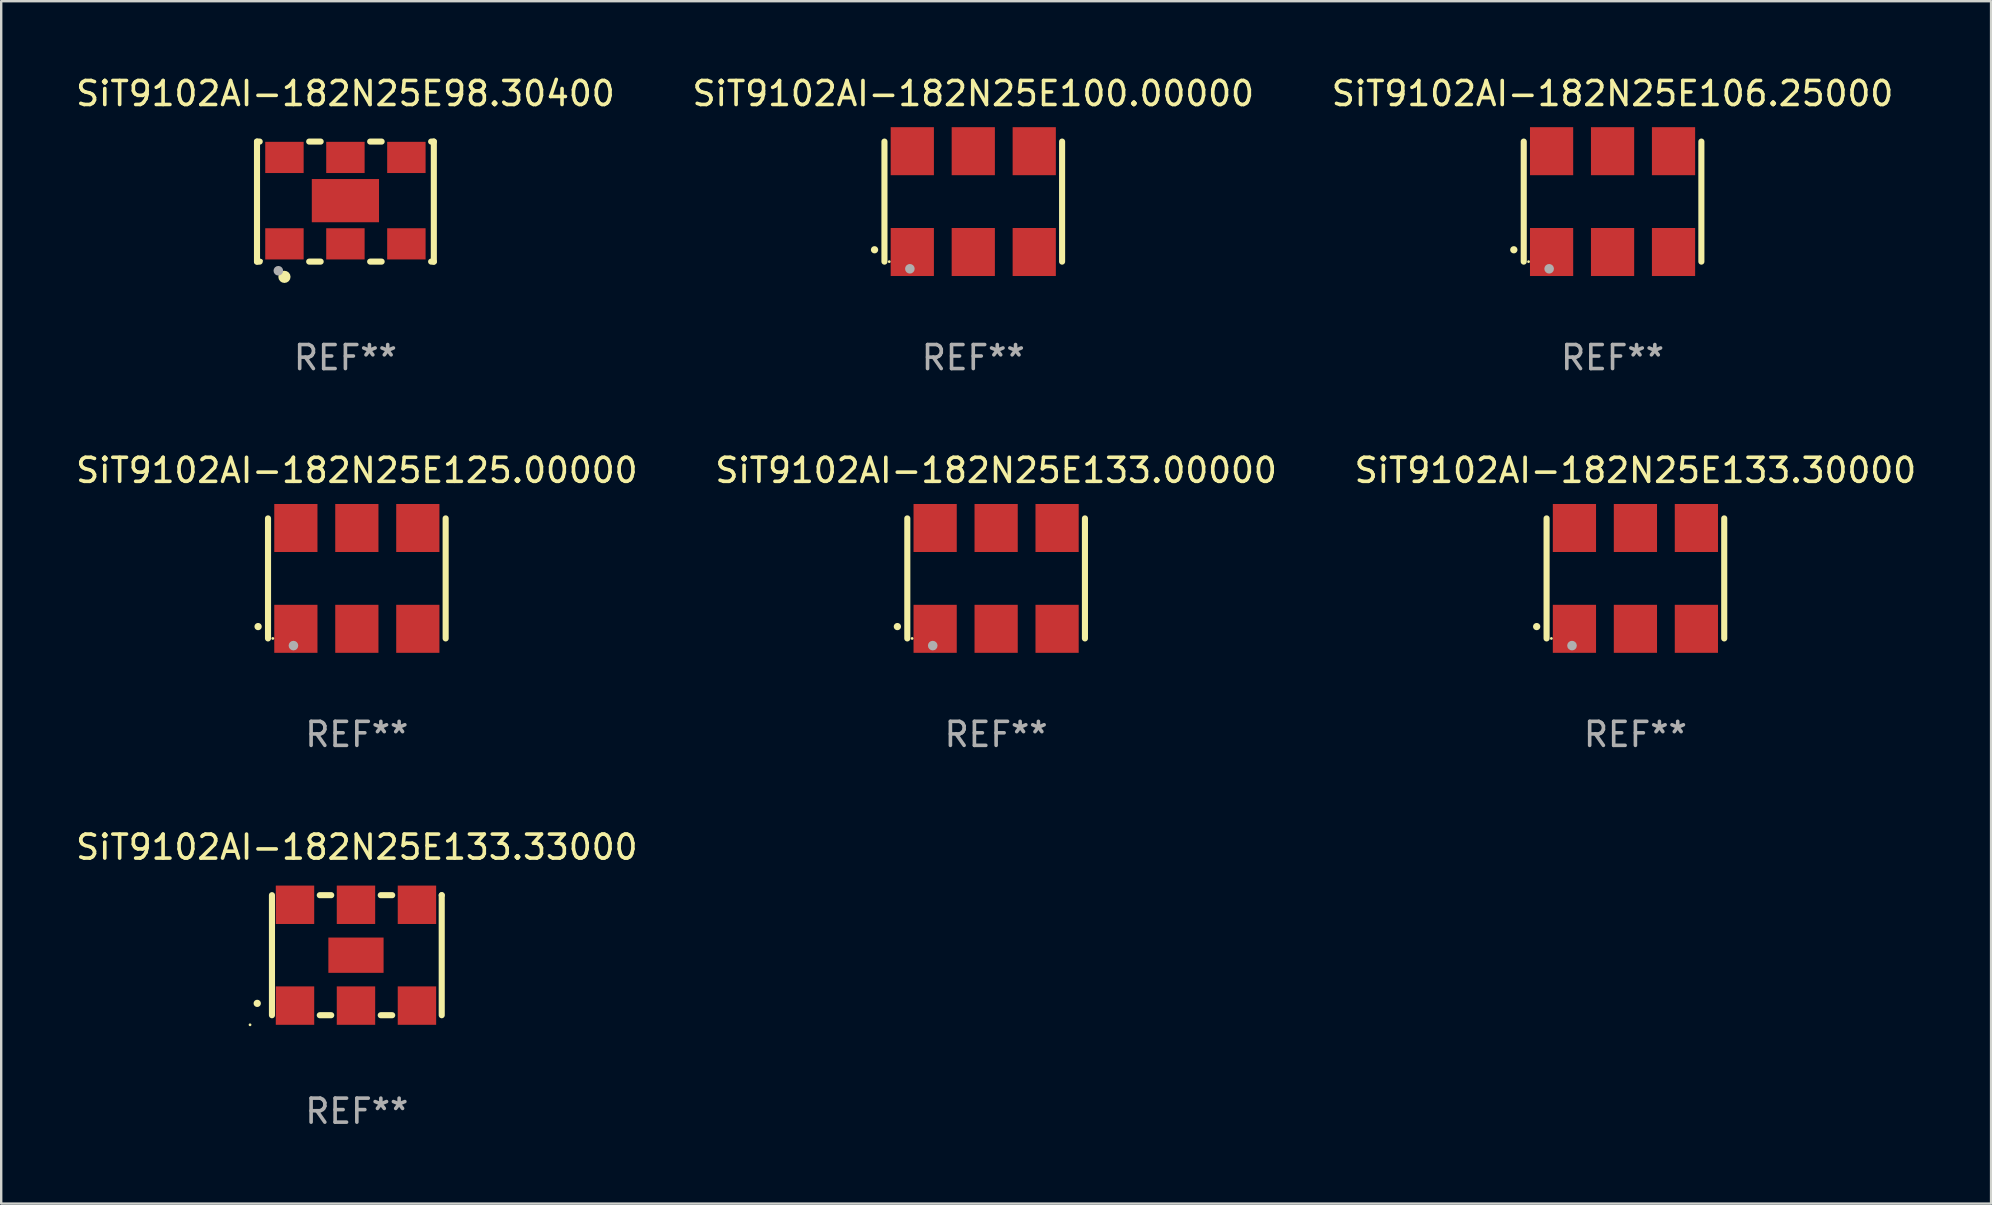
<source format=kicad_pcb>
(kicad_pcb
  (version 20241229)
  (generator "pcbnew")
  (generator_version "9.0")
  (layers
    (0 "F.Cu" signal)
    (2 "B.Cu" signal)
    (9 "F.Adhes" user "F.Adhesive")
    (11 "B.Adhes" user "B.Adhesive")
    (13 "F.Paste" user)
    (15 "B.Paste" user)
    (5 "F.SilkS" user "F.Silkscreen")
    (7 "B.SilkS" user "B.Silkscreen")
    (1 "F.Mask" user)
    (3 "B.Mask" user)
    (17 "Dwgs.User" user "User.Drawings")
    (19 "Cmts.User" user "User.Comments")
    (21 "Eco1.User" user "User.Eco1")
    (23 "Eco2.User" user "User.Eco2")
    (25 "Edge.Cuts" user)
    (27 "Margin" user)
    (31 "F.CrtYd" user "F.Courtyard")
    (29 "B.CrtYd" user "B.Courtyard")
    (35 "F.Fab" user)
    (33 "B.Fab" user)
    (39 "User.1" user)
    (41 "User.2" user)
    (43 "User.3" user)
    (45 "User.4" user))
  (footprint "SiT9102AI-182N25E98.30400"
    (layer "F.Cu")
    (at 11.339 5.348)
    (property "Reference" "SiT9102AI-182N25E98.30400" (at 0 -4.5 0) (layer "F.SilkS") (effects (font (size 1 1) (thickness 0.15))))
    (attr through_hole)
    (fp_line (start -3.683 -2.5) (end -3.571 -2.5) (stroke (width 0.254) (type solid)) (layer "F.SilkS"))
    (fp_line (start -3.683 2.5) (end -3.683 -2.5) (stroke (width 0.254) (type solid)) (layer "F.SilkS"))
    (fp_line (start -3.683 2.5) (end -3.571 2.5) (stroke (width 0.254) (type solid)) (layer "F.SilkS"))
    (fp_line (start -1.509 -2.5) (end -1.031 -2.5) (stroke (width 0.254) (type solid)) (layer "F.SilkS"))
    (fp_line (start -1.509 2.5) (end -1.031 2.5) (stroke (width 0.254) (type solid)) (layer "F.SilkS"))
    (fp_line (start 1.031 -2.5) (end 1.509 -2.5) (stroke (width 0.254) (type solid)) (layer "F.SilkS"))
    (fp_line (start 1.031 2.5) (end 1.509 2.5) (stroke (width 0.254) (type solid)) (layer "F.SilkS"))
    (fp_line (start 3.571 -2.5) (end 3.683 -2.5) (stroke (width 0.254) (type solid)) (layer "F.SilkS"))
    (fp_line (start 3.571 2.5) (end 3.683 2.5) (stroke (width 0.254) (type solid)) (layer "F.SilkS"))
    (fp_line (start 3.683 2.5) (end 3.683 -2.5) (stroke (width 0.254) (type solid)) (layer "F.SilkS"))
    (fp_circle (center -3.5 2.46) (end -3.47 2.46) (stroke (width 0.06) (type solid)) (fill no) (layer "F.SilkS"))
    (fp_circle (center -2.54 3.135) (end -2.413 3.135) (stroke (width 0.254) (type solid)) (fill no) (layer "F.SilkS"))
    (fp_circle (center -2.794 2.881) (end -2.694 2.881) (stroke (width 0.2) (type solid)) (fill no) (layer "F.Fab"))
    (fp_text user "REF**" (at 0 6.5 0) (layer "F.Fab") (effects (font (size 1 1) (thickness 0.15))))
    (pad "1" smd rect (at -2.54 1.76) (size 1.6 1.3) (layers "F.Cu" "F.Mask" "F.Paste"))
    (pad "2" smd rect (at 0 1.76) (size 1.6 1.3) (layers "F.Cu" "F.Mask" "F.Paste"))
    (pad "3" smd rect (at 2.54 1.76) (size 1.6 1.3) (layers "F.Cu" "F.Mask" "F.Paste"))
    (pad "4" smd rect (at 2.54 -1.84) (size 1.6 1.3) (layers "F.Cu" "F.Mask" "F.Paste"))
    (pad "5" smd rect (at 0 -1.84) (size 1.6 1.3) (layers "F.Cu" "F.Mask" "F.Paste"))
    (pad "6" smd rect (at -2.54 -1.84) (size 1.6 1.3) (layers "F.Cu" "F.Mask" "F.Paste"))
    (pad "7" smd rect (at 0 -0.04) (size 2.8 1.8) (layers "F.Cu" "F.Mask" "F.Paste")))
  (footprint "SiT9102AI-182N25E106.25000"
    (layer "F.Cu")
    (at 64.125 5.348)
    (property "Reference" "SiT9102AI-182N25E106.25000" (at 0 -4.5 0) (layer "F.SilkS") (effects (font (size 1 1) (thickness 0.15))))
    (attr through_hole)
    (fp_line (start -3.7 -2.5) (end -3.7 2.5) (stroke (width 0.254) (type solid)) (layer "F.SilkS"))
    (fp_line (start 3.7 -2.5) (end 3.7 2.5) (stroke (width 0.254) (type solid)) (layer "F.SilkS"))
    (fp_arc (start -4.114415 2.006604) (mid -4.113145 2.006599) (end -4.111875 2.006604) (stroke (width 0.3) (type solid)) (layer "F.SilkS"))
    (fp_circle (center -3.5 2.501) (end -3.47 2.501) (stroke (width 0.06) (type solid)) (fill no) (layer "F.SilkS"))
    (fp_circle (center -2.641 2.799) (end -2.541 2.799) (stroke (width 0.2) (type solid)) (fill no) (layer "F.Fab"))
    (fp_text user "REF**" (at 0 6.5 0) (layer "F.Fab") (effects (font (size 1 1) (thickness 0.15))))
    (pad "1" smd rect (at -2.54 2.1) (size 1.8 2) (layers "F.Cu" "F.Mask" "F.Paste"))
    (pad "2" smd rect (at 0.000394 2.1) (size 1.8 2) (layers "F.Cu" "F.Mask" "F.Paste"))
    (pad "3" smd rect (at 2.54 2.1) (size 1.8 2) (layers "F.Cu" "F.Mask" "F.Paste"))
    (pad "4" smd rect (at 2.54 -2.1) (size 1.8 2) (layers "F.Cu" "F.Mask" "F.Paste"))
    (pad "5" smd rect (at 0.000394 -2.1) (size 1.8 2) (layers "F.Cu" "F.Mask" "F.Paste"))
    (pad "6" smd rect (at -2.54 -2.1) (size 1.8 2) (layers "F.Cu" "F.Mask" "F.Paste")))
  (footprint "SiT9102AI-182N25E125.00000"
    (layer "F.Cu")
    (at 11.815 21.045)
    (property "Reference" "SiT9102AI-182N25E125.00000" (at 0 -4.5 0) (layer "F.SilkS") (effects (font (size 1 1) (thickness 0.15))))
    (attr through_hole)
    (fp_line (start -3.7 -2.5) (end -3.7 2.5) (stroke (width 0.254) (type solid)) (layer "F.SilkS"))
    (fp_line (start 3.7 -2.5) (end 3.7 2.5) (stroke (width 0.254) (type solid)) (layer "F.SilkS"))
    (fp_arc (start -4.114415 2.006604) (mid -4.113145 2.006599) (end -4.111875 2.006604) (stroke (width 0.3) (type solid)) (layer "F.SilkS"))
    (fp_circle (center -3.5 2.501) (end -3.47 2.501) (stroke (width 0.06) (type solid)) (fill no) (layer "F.SilkS"))
    (fp_circle (center -2.641 2.799) (end -2.541 2.799) (stroke (width 0.2) (type solid)) (fill no) (layer "F.Fab"))
    (fp_text user "REF**" (at 0 6.5 0) (layer "F.Fab") (effects (font (size 1 1) (thickness 0.15))))
    (pad "1" smd rect (at -2.54 2.1) (size 1.8 2) (layers "F.Cu" "F.Mask" "F.Paste"))
    (pad "2" smd rect (at 0.000394 2.1) (size 1.8 2) (layers "F.Cu" "F.Mask" "F.Paste"))
    (pad "3" smd rect (at 2.54 2.1) (size 1.8 2) (layers "F.Cu" "F.Mask" "F.Paste"))
    (pad "4" smd rect (at 2.54 -2.1) (size 1.8 2) (layers "F.Cu" "F.Mask" "F.Paste"))
    (pad "5" smd rect (at 0.000394 -2.1) (size 1.8 2) (layers "F.Cu" "F.Mask" "F.Paste"))
    (pad "6" smd rect (at -2.54 -2.1) (size 1.8 2) (layers "F.Cu" "F.Mask" "F.Paste")))
  (footprint "SiT9102AI-182N25E100.00000"
    (layer "F.Cu")
    (at 37.494 5.348)
    (property "Reference" "SiT9102AI-182N25E100.00000" (at 0 -4.5 0) (layer "F.SilkS") (effects (font (size 1 1) (thickness 0.15))))
    (attr through_hole)
    (fp_line (start -3.7 -2.5) (end -3.7 2.5) (stroke (width 0.254) (type solid)) (layer "F.SilkS"))
    (fp_line (start 3.7 -2.5) (end 3.7 2.5) (stroke (width 0.254) (type solid)) (layer "F.SilkS"))
    (fp_arc (start -4.114415 2.006604) (mid -4.113145 2.006599) (end -4.111875 2.006604) (stroke (width 0.3) (type solid)) (layer "F.SilkS"))
    (fp_circle (center -3.5 2.501) (end -3.47 2.501) (stroke (width 0.06) (type solid)) (fill no) (layer "F.SilkS"))
    (fp_circle (center -2.641 2.799) (end -2.541 2.799) (stroke (width 0.2) (type solid)) (fill no) (layer "F.Fab"))
    (fp_text user "REF**" (at 0 6.5 0) (layer "F.Fab") (effects (font (size 1 1) (thickness 0.15))))
    (pad "1" smd rect (at -2.54 2.1) (size 1.8 2) (layers "F.Cu" "F.Mask" "F.Paste"))
    (pad "2" smd rect (at 0.000394 2.1) (size 1.8 2) (layers "F.Cu" "F.Mask" "F.Paste"))
    (pad "3" smd rect (at 2.54 2.1) (size 1.8 2) (layers "F.Cu" "F.Mask" "F.Paste"))
    (pad "4" smd rect (at 2.54 -2.1) (size 1.8 2) (layers "F.Cu" "F.Mask" "F.Paste"))
    (pad "5" smd rect (at 0.000394 -2.1) (size 1.8 2) (layers "F.Cu" "F.Mask" "F.Paste"))
    (pad "6" smd rect (at -2.54 -2.1) (size 1.8 2) (layers "F.Cu" "F.Mask" "F.Paste")))
  (footprint "SiT9102AI-182N25E133.33000"
    (layer "F.Cu")
    (at 11.815 36.741)
    (property "Reference" "SiT9102AI-182N25E133.33000" (at 0 -4.5 0) (layer "F.SilkS") (effects (font (size 1 1) (thickness 0.15))))
    (attr through_hole)
    (fp_line (start -3.536 -2.5) (end -3.536 2.5) (stroke (width 0.254) (type solid)) (layer "F.SilkS"))
    (fp_line (start -1.544 2.5) (end -1.067 2.5) (stroke (width 0.254) (type solid)) (layer "F.SilkS"))
    (fp_line (start -1.067 -2.5) (end -1.544 -2.5) (stroke (width 0.254) (type solid)) (layer "F.SilkS"))
    (fp_line (start 0.996 2.5) (end 1.473 2.5) (stroke (width 0.254) (type solid)) (layer "F.SilkS"))
    (fp_line (start 1.473 -2.5) (end 0.996 -2.5) (stroke (width 0.254) (type solid)) (layer "F.SilkS"))
    (fp_line (start 3.536 -2.5) (end 3.536 -2.5) (stroke (width 0.254) (type solid)) (layer "F.SilkS"))
    (fp_line (start 3.536 2.5) (end 3.536 -2.5) (stroke (width 0.254) (type solid)) (layer "F.SilkS"))
    (fp_arc (start -4.150432 2.006604) (mid -4.149162 2.006599) (end -4.147892 2.006604) (stroke (width 0.3) (type solid)) (layer "F.SilkS"))
    (fp_circle (center -4.449 2.9) (end -4.419 2.9) (stroke (width 0.06) (type solid)) (fill no) (layer "F.SilkS"))
    (fp_text user "REF**" (at 0 6.5 0) (layer "F.Fab") (effects (font (size 1 1) (thickness 0.15))))
    (pad "1" smd rect (at -2.576 2.1) (size 1.6 1.6) (layers "F.Cu" "F.Mask" "F.Paste"))
    (pad "2" smd rect (at -0.036 2.1) (size 1.6 1.6) (layers "F.Cu" "F.Mask" "F.Paste"))
    (pad "3" smd rect (at 2.504 2.1) (size 1.6 1.6) (layers "F.Cu" "F.Mask" "F.Paste"))
    (pad "4" smd rect (at 2.504 -2.1) (size 1.6 1.6) (layers "F.Cu" "F.Mask" "F.Paste"))
    (pad "5" smd rect (at -0.036 -2.1) (size 1.6 1.6) (layers "F.Cu" "F.Mask" "F.Paste"))
    (pad "6" smd rect (at -2.576 -2.1) (size 1.6 1.6) (layers "F.Cu" "F.Mask" "F.Paste"))
    (pad "7" smd rect (at -0.036 0) (size 2.3 1.47) (layers "F.Cu" "F.Mask" "F.Paste")))
  (footprint "SiT9102AI-182N25E133.30000"
    (layer "F.Cu")
    (at 65.077 21.045)
    (property "Reference" "SiT9102AI-182N25E133.30000" (at 0 -4.5 0) (layer "F.SilkS") (effects (font (size 1 1) (thickness 0.15))))
    (attr through_hole)
    (fp_line (start -3.7 -2.5) (end -3.7 2.5) (stroke (width 0.254) (type solid)) (layer "F.SilkS"))
    (fp_line (start 3.7 -2.5) (end 3.7 2.5) (stroke (width 0.254) (type solid)) (layer "F.SilkS"))
    (fp_arc (start -4.114415 2.006604) (mid -4.113145 2.006599) (end -4.111875 2.006604) (stroke (width 0.3) (type solid)) (layer "F.SilkS"))
    (fp_circle (center -3.5 2.501) (end -3.47 2.501) (stroke (width 0.06) (type solid)) (fill no) (layer "F.SilkS"))
    (fp_circle (center -2.641 2.799) (end -2.541 2.799) (stroke (width 0.2) (type solid)) (fill no) (layer "F.Fab"))
    (fp_text user "REF**" (at 0 6.5 0) (layer "F.Fab") (effects (font (size 1 1) (thickness 0.15))))
    (pad "1" smd rect (at -2.54 2.1) (size 1.8 2) (layers "F.Cu" "F.Mask" "F.Paste"))
    (pad "2" smd rect (at 0.000394 2.1) (size 1.8 2) (layers "F.Cu" "F.Mask" "F.Paste"))
    (pad "3" smd rect (at 2.54 2.1) (size 1.8 2) (layers "F.Cu" "F.Mask" "F.Paste"))
    (pad "4" smd rect (at 2.54 -2.1) (size 1.8 2) (layers "F.Cu" "F.Mask" "F.Paste"))
    (pad "5" smd rect (at 0.000394 -2.1) (size 1.8 2) (layers "F.Cu" "F.Mask" "F.Paste"))
    (pad "6" smd rect (at -2.54 -2.1) (size 1.8 2) (layers "F.Cu" "F.Mask" "F.Paste")))
  (footprint "SiT9102AI-182N25E133.00000"
    (layer "F.Cu")
    (at 38.446 21.045)
    (property "Reference" "SiT9102AI-182N25E133.00000" (at 0 -4.5 0) (layer "F.SilkS") (effects (font (size 1 1) (thickness 0.15))))
    (attr through_hole)
    (fp_line (start -3.7 -2.5) (end -3.7 2.5) (stroke (width 0.254) (type solid)) (layer "F.SilkS"))
    (fp_line (start 3.7 -2.5) (end 3.7 2.5) (stroke (width 0.254) (type solid)) (layer "F.SilkS"))
    (fp_arc (start -4.114415 2.006604) (mid -4.113145 2.006599) (end -4.111875 2.006604) (stroke (width 0.3) (type solid)) (layer "F.SilkS"))
    (fp_circle (center -3.5 2.501) (end -3.47 2.501) (stroke (width 0.06) (type solid)) (fill no) (layer "F.SilkS"))
    (fp_circle (center -2.641 2.799) (end -2.541 2.799) (stroke (width 0.2) (type solid)) (fill no) (layer "F.Fab"))
    (fp_text user "REF**" (at 0 6.5 0) (layer "F.Fab") (effects (font (size 1 1) (thickness 0.15))))
    (pad "1" smd rect (at -2.54 2.1) (size 1.8 2) (layers "F.Cu" "F.Mask" "F.Paste"))
    (pad "2" smd rect (at 0.000394 2.1) (size 1.8 2) (layers "F.Cu" "F.Mask" "F.Paste"))
    (pad "3" smd rect (at 2.54 2.1) (size 1.8 2) (layers "F.Cu" "F.Mask" "F.Paste"))
    (pad "4" smd rect (at 2.54 -2.1) (size 1.8 2) (layers "F.Cu" "F.Mask" "F.Paste"))
    (pad "5" smd rect (at 0.000394 -2.1) (size 1.8 2) (layers "F.Cu" "F.Mask" "F.Paste"))
    (pad "6" smd rect (at -2.54 -2.1) (size 1.8 2) (layers "F.Cu" "F.Mask" "F.Paste")))
  (gr_rect
    (start -3 -3)
    (end 79.893 47.09)
    (stroke (width 0.1) (type default))
    (fill no)
    (layer "Edge.Cuts")))
</source>
